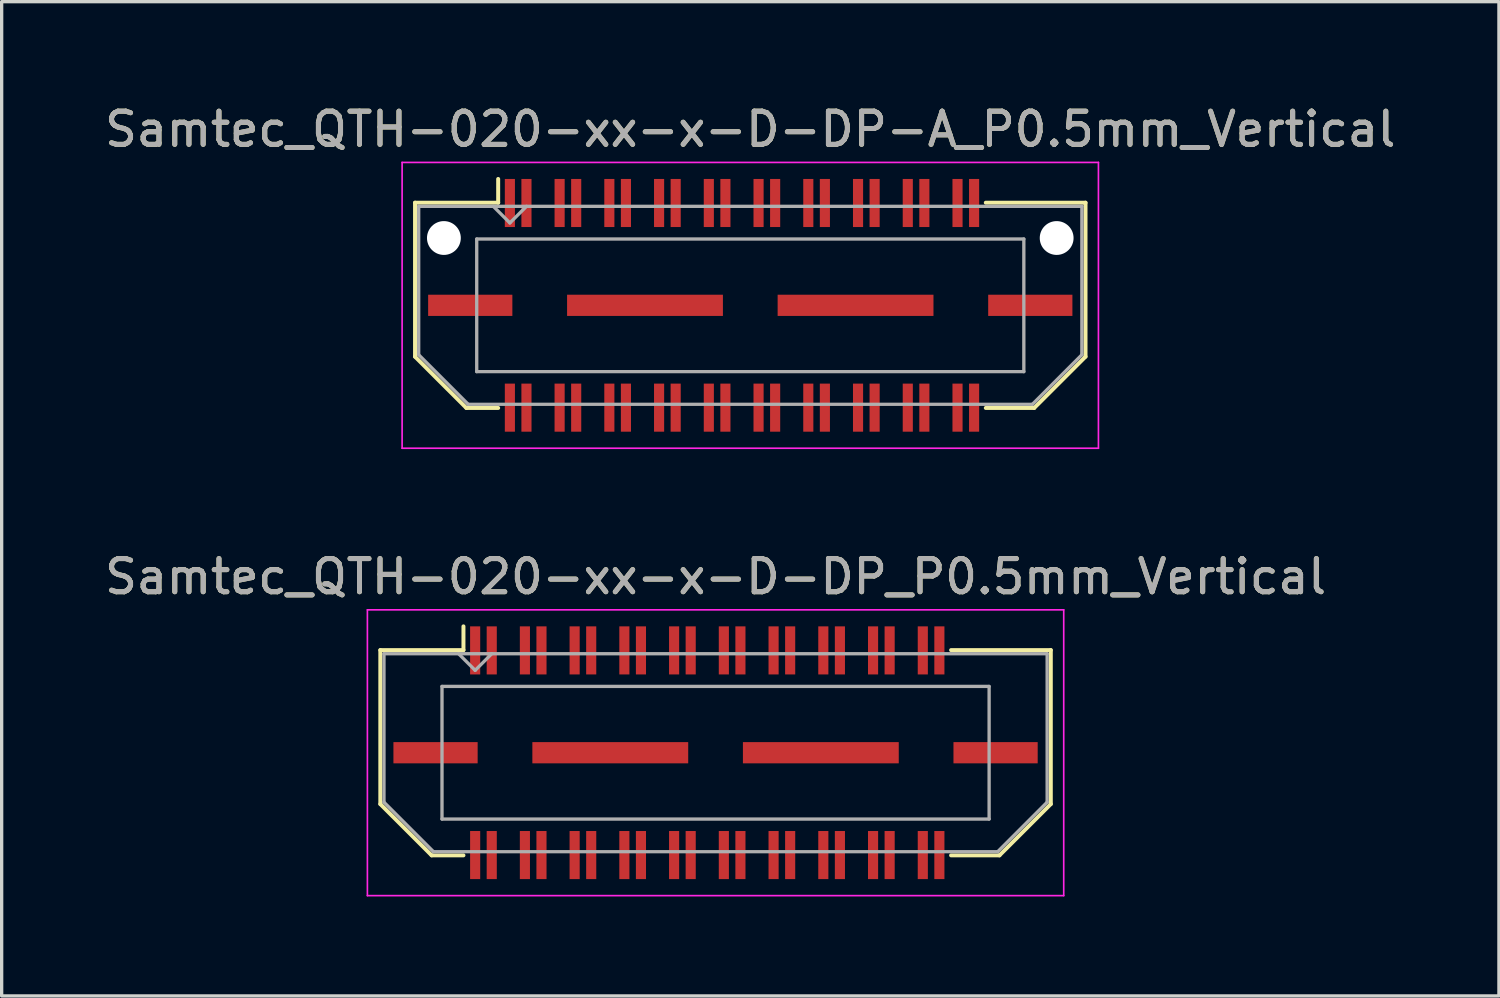
<source format=kicad_pcb>
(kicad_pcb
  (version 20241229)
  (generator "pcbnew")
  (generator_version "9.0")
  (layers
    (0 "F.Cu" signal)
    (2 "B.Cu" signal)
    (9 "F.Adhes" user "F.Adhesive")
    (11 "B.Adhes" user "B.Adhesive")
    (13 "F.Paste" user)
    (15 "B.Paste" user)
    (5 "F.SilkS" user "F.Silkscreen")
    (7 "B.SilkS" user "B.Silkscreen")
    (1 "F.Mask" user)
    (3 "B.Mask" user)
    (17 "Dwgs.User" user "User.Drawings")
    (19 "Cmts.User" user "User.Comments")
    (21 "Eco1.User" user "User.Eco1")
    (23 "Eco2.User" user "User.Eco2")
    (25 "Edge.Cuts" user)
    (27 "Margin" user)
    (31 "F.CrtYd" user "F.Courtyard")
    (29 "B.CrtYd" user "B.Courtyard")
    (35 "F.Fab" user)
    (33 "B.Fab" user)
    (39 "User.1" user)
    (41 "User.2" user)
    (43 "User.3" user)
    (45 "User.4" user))
  (footprint "Samtec_QTH-020-xx-x-D-DP_P0.5mm_Vertical"
    (layer "F.Cu")
    (at 18.53 19.651)
    (property "Reference" "Samtec_QTH-020-xx-x-D-DP_P0.5mm_Vertical" (at 0 -5.31 0) (layer "F.SilkS") (effects (font (size 1 1) (thickness 0.15))))
    (attr smd)
    (fp_line (start -10.11 -3.095) (end -10.11 1.548) (stroke (width 0.12) (type solid)) (layer "F.SilkS"))
    (fp_line (start -10.11 1.548) (end -8.562 3.095) (stroke (width 0.12) (type solid)) (layer "F.SilkS"))
    (fp_line (start -8.562 3.095) (end -7.603 3.095) (stroke (width 0.12) (type solid)) (layer "F.SilkS"))
    (fp_line (start -7.603 -3.811) (end -7.603 -3.095) (stroke (width 0.12) (type solid)) (layer "F.SilkS"))
    (fp_line (start -7.603 -3.095) (end -10.11 -3.095) (stroke (width 0.12) (type solid)) (layer "F.SilkS"))
    (fp_line (start 7.103 -3.095) (end 10.11 -3.095) (stroke (width 0.12) (type solid)) (layer "F.SilkS"))
    (fp_line (start 8.562 3.095) (end 7.103 3.095) (stroke (width 0.12) (type solid)) (layer "F.SilkS"))
    (fp_line (start 10.11 -3.095) (end 10.11 1.548) (stroke (width 0.12) (type solid)) (layer "F.SilkS"))
    (fp_line (start 10.11 1.548) (end 8.562 3.095) (stroke (width 0.12) (type solid)) (layer "F.SilkS"))
    (fp_line (start -10.5 -4.31) (end -10.5 4.31) (stroke (width 0.05) (type solid)) (layer "F.CrtYd"))
    (fp_line (start -10.5 4.31) (end 10.5 4.31) (stroke (width 0.05) (type solid)) (layer "F.CrtYd"))
    (fp_line (start 10.5 -4.31) (end -10.5 -4.31) (stroke (width 0.05) (type solid)) (layer "F.CrtYd"))
    (fp_line (start 10.5 4.31) (end 10.5 -4.31) (stroke (width 0.05) (type solid)) (layer "F.CrtYd"))
    (fp_line (start -10 -2.985) (end -10 1.492) (stroke (width 0.1) (type solid)) (layer "F.Fab"))
    (fp_line (start -10 -2.985) (end 10 -2.985) (stroke (width 0.1) (type solid)) (layer "F.Fab"))
    (fp_line (start -10 1.492) (end -8.508 2.985) (stroke (width 0.1) (type solid)) (layer "F.Fab"))
    (fp_line (start -8.508 2.985) (end 8.508 2.985) (stroke (width 0.1) (type solid)) (layer "F.Fab"))
    (fp_line (start -8.25 -2) (end -8.25 2) (stroke (width 0.1) (type solid)) (layer "F.Fab"))
    (fp_line (start -8.25 2) (end 8.25 2) (stroke (width 0.1) (type solid)) (layer "F.Fab"))
    (fp_line (start -7.25 -2.485) (end -7.75 -2.985) (stroke (width 0.1) (type solid)) (layer "F.Fab"))
    (fp_line (start -6.75 -2.985) (end -7.25 -2.485) (stroke (width 0.1) (type solid)) (layer "F.Fab"))
    (fp_line (start 8.25 -2) (end -8.25 -2) (stroke (width 0.1) (type solid)) (layer "F.Fab"))
    (fp_line (start 8.25 2) (end 8.25 -2) (stroke (width 0.1) (type solid)) (layer "F.Fab"))
    (fp_line (start 10 -2.985) (end 10 1.492) (stroke (width 0.1) (type solid)) (layer "F.Fab"))
    (fp_line (start 10 1.492) (end 8.508 2.985) (stroke (width 0.1) (type solid)) (layer "F.Fab"))
    (fp_text user "${REFERENCE}" (at 0 -5.31 0) (layer "F.Fab") (effects (font (size 1 1) (thickness 0.15))))
    (pad "1" smd rect (at -7.25 -3.086) (size 0.305 1.45) (layers "F.Cu" "F.Mask" "F.Paste"))
    (pad "2" smd rect (at -7.25 3.086) (size 0.305 1.45) (layers "F.Cu" "F.Mask" "F.Paste"))
    (pad "3" smd rect (at -6.75 -3.086) (size 0.305 1.45) (layers "F.Cu" "F.Mask" "F.Paste"))
    (pad "4" smd rect (at -6.75 3.086) (size 0.305 1.45) (layers "F.Cu" "F.Mask" "F.Paste"))
    (pad "5" smd rect (at -5.75 -3.086) (size 0.305 1.45) (layers "F.Cu" "F.Mask" "F.Paste"))
    (pad "6" smd rect (at -5.75 3.086) (size 0.305 1.45) (layers "F.Cu" "F.Mask" "F.Paste"))
    (pad "7" smd rect (at -5.25 -3.086) (size 0.305 1.45) (layers "F.Cu" "F.Mask" "F.Paste"))
    (pad "8" smd rect (at -5.25 3.086) (size 0.305 1.45) (layers "F.Cu" "F.Mask" "F.Paste"))
    (pad "9" smd rect (at -4.25 -3.086) (size 0.305 1.45) (layers "F.Cu" "F.Mask" "F.Paste"))
    (pad "10" smd rect (at -4.25 3.086) (size 0.305 1.45) (layers "F.Cu" "F.Mask" "F.Paste"))
    (pad "11" smd rect (at -3.75 -3.086) (size 0.305 1.45) (layers "F.Cu" "F.Mask" "F.Paste"))
    (pad "12" smd rect (at -3.75 3.086) (size 0.305 1.45) (layers "F.Cu" "F.Mask" "F.Paste"))
    (pad "13" smd rect (at -2.75 -3.086) (size 0.305 1.45) (layers "F.Cu" "F.Mask" "F.Paste"))
    (pad "14" smd rect (at -2.75 3.086) (size 0.305 1.45) (layers "F.Cu" "F.Mask" "F.Paste"))
    (pad "15" smd rect (at -2.25 -3.086) (size 0.305 1.45) (layers "F.Cu" "F.Mask" "F.Paste"))
    (pad "16" smd rect (at -2.25 3.086) (size 0.305 1.45) (layers "F.Cu" "F.Mask" "F.Paste"))
    (pad "17" smd rect (at -1.25 -3.086) (size 0.305 1.45) (layers "F.Cu" "F.Mask" "F.Paste"))
    (pad "18" smd rect (at -1.25 3.086) (size 0.305 1.45) (layers "F.Cu" "F.Mask" "F.Paste"))
    (pad "19" smd rect (at -0.75 -3.086) (size 0.305 1.45) (layers "F.Cu" "F.Mask" "F.Paste"))
    (pad "20" smd rect (at -0.75 3.086) (size 0.305 1.45) (layers "F.Cu" "F.Mask" "F.Paste"))
    (pad "21" smd rect (at 0.25 -3.086) (size 0.305 1.45) (layers "F.Cu" "F.Mask" "F.Paste"))
    (pad "22" smd rect (at 0.25 3.086) (size 0.305 1.45) (layers "F.Cu" "F.Mask" "F.Paste"))
    (pad "23" smd rect (at 0.75 -3.086) (size 0.305 1.45) (layers "F.Cu" "F.Mask" "F.Paste"))
    (pad "24" smd rect (at 0.75 3.086) (size 0.305 1.45) (layers "F.Cu" "F.Mask" "F.Paste"))
    (pad "25" smd rect (at 1.75 -3.086) (size 0.305 1.45) (layers "F.Cu" "F.Mask" "F.Paste"))
    (pad "26" smd rect (at 1.75 3.086) (size 0.305 1.45) (layers "F.Cu" "F.Mask" "F.Paste"))
    (pad "27" smd rect (at 2.25 -3.086) (size 0.305 1.45) (layers "F.Cu" "F.Mask" "F.Paste"))
    (pad "28" smd rect (at 2.25 3.086) (size 0.305 1.45) (layers "F.Cu" "F.Mask" "F.Paste"))
    (pad "29" smd rect (at 3.25 -3.086) (size 0.305 1.45) (layers "F.Cu" "F.Mask" "F.Paste"))
    (pad "30" smd rect (at 3.25 3.086) (size 0.305 1.45) (layers "F.Cu" "F.Mask" "F.Paste"))
    (pad "31" smd rect (at 3.75 -3.086) (size 0.305 1.45) (layers "F.Cu" "F.Mask" "F.Paste"))
    (pad "32" smd rect (at 3.75 3.086) (size 0.305 1.45) (layers "F.Cu" "F.Mask" "F.Paste"))
    (pad "33" smd rect (at 4.75 -3.086) (size 0.305 1.45) (layers "F.Cu" "F.Mask" "F.Paste"))
    (pad "34" smd rect (at 4.75 3.086) (size 0.305 1.45) (layers "F.Cu" "F.Mask" "F.Paste"))
    (pad "35" smd rect (at 5.25 -3.086) (size 0.305 1.45) (layers "F.Cu" "F.Mask" "F.Paste"))
    (pad "36" smd rect (at 5.25 3.086) (size 0.305 1.45) (layers "F.Cu" "F.Mask" "F.Paste"))
    (pad "37" smd rect (at 6.25 -3.086) (size 0.305 1.45) (layers "F.Cu" "F.Mask" "F.Paste"))
    (pad "38" smd rect (at 6.25 3.086) (size 0.305 1.45) (layers "F.Cu" "F.Mask" "F.Paste"))
    (pad "39" smd rect (at 6.75 -3.086) (size 0.305 1.45) (layers "F.Cu" "F.Mask" "F.Paste"))
    (pad "40" smd rect (at 6.75 3.086) (size 0.305 1.45) (layers "F.Cu" "F.Mask" "F.Paste"))
    (pad "41" smd rect (at -8.445 0) (size 2.54 0.64) (layers "F.Cu" "F.Mask" "F.Paste"))
    (pad "42" smd rect (at -3.175 0) (size 4.7 0.64) (layers "F.Cu" "F.Mask" "F.Paste"))
    (pad "43" smd rect (at 3.175 0) (size 4.7 0.64) (layers "F.Cu" "F.Mask" "F.Paste"))
    (pad "44" smd rect (at 8.445 0) (size 2.54 0.64) (layers "F.Cu" "F.Mask" "F.Paste")))
  (footprint "Samtec_QTH-020-xx-x-D-DP-A_P0.5mm_Vertical"
    (layer "F.Cu")
    (at 19.577 6.158)
    (property "Reference" "Samtec_QTH-020-xx-x-D-DP-A_P0.5mm_Vertical" (at 0 -5.31 0) (layer "F.SilkS") (effects (font (size 1 1) (thickness 0.15))))
    (attr smd)
    (fp_line (start -10.11 -3.095) (end -10.11 1.548) (stroke (width 0.12) (type solid)) (layer "F.SilkS"))
    (fp_line (start -10.11 1.548) (end -8.562 3.095) (stroke (width 0.12) (type solid)) (layer "F.SilkS"))
    (fp_line (start -8.562 3.095) (end -7.603 3.095) (stroke (width 0.12) (type solid)) (layer "F.SilkS"))
    (fp_line (start -7.603 -3.811) (end -7.603 -3.095) (stroke (width 0.12) (type solid)) (layer "F.SilkS"))
    (fp_line (start -7.603 -3.095) (end -10.11 -3.095) (stroke (width 0.12) (type solid)) (layer "F.SilkS"))
    (fp_line (start 7.103 -3.095) (end 10.11 -3.095) (stroke (width 0.12) (type solid)) (layer "F.SilkS"))
    (fp_line (start 8.562 3.095) (end 7.103 3.095) (stroke (width 0.12) (type solid)) (layer "F.SilkS"))
    (fp_line (start 10.11 -3.095) (end 10.11 1.548) (stroke (width 0.12) (type solid)) (layer "F.SilkS"))
    (fp_line (start 10.11 1.548) (end 8.562 3.095) (stroke (width 0.12) (type solid)) (layer "F.SilkS"))
    (fp_line (start -10.5 -4.31) (end -10.5 4.31) (stroke (width 0.05) (type solid)) (layer "F.CrtYd"))
    (fp_line (start -10.5 4.31) (end 10.5 4.31) (stroke (width 0.05) (type solid)) (layer "F.CrtYd"))
    (fp_line (start 10.5 -4.31) (end -10.5 -4.31) (stroke (width 0.05) (type solid)) (layer "F.CrtYd"))
    (fp_line (start 10.5 4.31) (end 10.5 -4.31) (stroke (width 0.05) (type solid)) (layer "F.CrtYd"))
    (fp_line (start -10 -2.985) (end -10 1.492) (stroke (width 0.1) (type solid)) (layer "F.Fab"))
    (fp_line (start -10 -2.985) (end 10 -2.985) (stroke (width 0.1) (type solid)) (layer "F.Fab"))
    (fp_line (start -10 1.492) (end -8.508 2.985) (stroke (width 0.1) (type solid)) (layer "F.Fab"))
    (fp_line (start -8.508 2.985) (end 8.508 2.985) (stroke (width 0.1) (type solid)) (layer "F.Fab"))
    (fp_line (start -8.25 -2) (end -8.25 2) (stroke (width 0.1) (type solid)) (layer "F.Fab"))
    (fp_line (start -8.25 2) (end 8.25 2) (stroke (width 0.1) (type solid)) (layer "F.Fab"))
    (fp_line (start -7.25 -2.485) (end -7.75 -2.985) (stroke (width 0.1) (type solid)) (layer "F.Fab"))
    (fp_line (start -6.75 -2.985) (end -7.25 -2.485) (stroke (width 0.1) (type solid)) (layer "F.Fab"))
    (fp_line (start 8.25 -2) (end -8.25 -2) (stroke (width 0.1) (type solid)) (layer "F.Fab"))
    (fp_line (start 8.25 2) (end 8.25 -2) (stroke (width 0.1) (type solid)) (layer "F.Fab"))
    (fp_line (start 10 -2.985) (end 10 1.492) (stroke (width 0.1) (type solid)) (layer "F.Fab"))
    (fp_line (start 10 1.492) (end 8.508 2.985) (stroke (width 0.1) (type solid)) (layer "F.Fab"))
    (fp_text user "${REFERENCE}" (at 0 -5.31 0) (layer "F.Fab") (effects (font (size 1 1) (thickness 0.15))))
    (pad "" np_thru_hole circle (at -9.24 -2.03) (size 1.02 1.02) (drill 1.02) (layers "*.Cu" "*.Mask"))
    (pad "" np_thru_hole circle (at 9.24 -2.03) (size 1.02 1.02) (drill 1.02) (layers "*.Cu" "*.Mask"))
    (pad "1" smd rect (at -7.25 -3.086) (size 0.305 1.45) (layers "F.Cu" "F.Mask" "F.Paste"))
    (pad "2" smd rect (at -7.25 3.086) (size 0.305 1.45) (layers "F.Cu" "F.Mask" "F.Paste"))
    (pad "3" smd rect (at -6.75 -3.086) (size 0.305 1.45) (layers "F.Cu" "F.Mask" "F.Paste"))
    (pad "4" smd rect (at -6.75 3.086) (size 0.305 1.45) (layers "F.Cu" "F.Mask" "F.Paste"))
    (pad "5" smd rect (at -5.75 -3.086) (size 0.305 1.45) (layers "F.Cu" "F.Mask" "F.Paste"))
    (pad "6" smd rect (at -5.75 3.086) (size 0.305 1.45) (layers "F.Cu" "F.Mask" "F.Paste"))
    (pad "7" smd rect (at -5.25 -3.086) (size 0.305 1.45) (layers "F.Cu" "F.Mask" "F.Paste"))
    (pad "8" smd rect (at -5.25 3.086) (size 0.305 1.45) (layers "F.Cu" "F.Mask" "F.Paste"))
    (pad "9" smd rect (at -4.25 -3.086) (size 0.305 1.45) (layers "F.Cu" "F.Mask" "F.Paste"))
    (pad "10" smd rect (at -4.25 3.086) (size 0.305 1.45) (layers "F.Cu" "F.Mask" "F.Paste"))
    (pad "11" smd rect (at -3.75 -3.086) (size 0.305 1.45) (layers "F.Cu" "F.Mask" "F.Paste"))
    (pad "12" smd rect (at -3.75 3.086) (size 0.305 1.45) (layers "F.Cu" "F.Mask" "F.Paste"))
    (pad "13" smd rect (at -2.75 -3.086) (size 0.305 1.45) (layers "F.Cu" "F.Mask" "F.Paste"))
    (pad "14" smd rect (at -2.75 3.086) (size 0.305 1.45) (layers "F.Cu" "F.Mask" "F.Paste"))
    (pad "15" smd rect (at -2.25 -3.086) (size 0.305 1.45) (layers "F.Cu" "F.Mask" "F.Paste"))
    (pad "16" smd rect (at -2.25 3.086) (size 0.305 1.45) (layers "F.Cu" "F.Mask" "F.Paste"))
    (pad "17" smd rect (at -1.25 -3.086) (size 0.305 1.45) (layers "F.Cu" "F.Mask" "F.Paste"))
    (pad "18" smd rect (at -1.25 3.086) (size 0.305 1.45) (layers "F.Cu" "F.Mask" "F.Paste"))
    (pad "19" smd rect (at -0.75 -3.086) (size 0.305 1.45) (layers "F.Cu" "F.Mask" "F.Paste"))
    (pad "20" smd rect (at -0.75 3.086) (size 0.305 1.45) (layers "F.Cu" "F.Mask" "F.Paste"))
    (pad "21" smd rect (at 0.25 -3.086) (size 0.305 1.45) (layers "F.Cu" "F.Mask" "F.Paste"))
    (pad "22" smd rect (at 0.25 3.086) (size 0.305 1.45) (layers "F.Cu" "F.Mask" "F.Paste"))
    (pad "23" smd rect (at 0.75 -3.086) (size 0.305 1.45) (layers "F.Cu" "F.Mask" "F.Paste"))
    (pad "24" smd rect (at 0.75 3.086) (size 0.305 1.45) (layers "F.Cu" "F.Mask" "F.Paste"))
    (pad "25" smd rect (at 1.75 -3.086) (size 0.305 1.45) (layers "F.Cu" "F.Mask" "F.Paste"))
    (pad "26" smd rect (at 1.75 3.086) (size 0.305 1.45) (layers "F.Cu" "F.Mask" "F.Paste"))
    (pad "27" smd rect (at 2.25 -3.086) (size 0.305 1.45) (layers "F.Cu" "F.Mask" "F.Paste"))
    (pad "28" smd rect (at 2.25 3.086) (size 0.305 1.45) (layers "F.Cu" "F.Mask" "F.Paste"))
    (pad "29" smd rect (at 3.25 -3.086) (size 0.305 1.45) (layers "F.Cu" "F.Mask" "F.Paste"))
    (pad "30" smd rect (at 3.25 3.086) (size 0.305 1.45) (layers "F.Cu" "F.Mask" "F.Paste"))
    (pad "31" smd rect (at 3.75 -3.086) (size 0.305 1.45) (layers "F.Cu" "F.Mask" "F.Paste"))
    (pad "32" smd rect (at 3.75 3.086) (size 0.305 1.45) (layers "F.Cu" "F.Mask" "F.Paste"))
    (pad "33" smd rect (at 4.75 -3.086) (size 0.305 1.45) (layers "F.Cu" "F.Mask" "F.Paste"))
    (pad "34" smd rect (at 4.75 3.086) (size 0.305 1.45) (layers "F.Cu" "F.Mask" "F.Paste"))
    (pad "35" smd rect (at 5.25 -3.086) (size 0.305 1.45) (layers "F.Cu" "F.Mask" "F.Paste"))
    (pad "36" smd rect (at 5.25 3.086) (size 0.305 1.45) (layers "F.Cu" "F.Mask" "F.Paste"))
    (pad "37" smd rect (at 6.25 -3.086) (size 0.305 1.45) (layers "F.Cu" "F.Mask" "F.Paste"))
    (pad "38" smd rect (at 6.25 3.086) (size 0.305 1.45) (layers "F.Cu" "F.Mask" "F.Paste"))
    (pad "39" smd rect (at 6.75 -3.086) (size 0.305 1.45) (layers "F.Cu" "F.Mask" "F.Paste"))
    (pad "40" smd rect (at 6.75 3.086) (size 0.305 1.45) (layers "F.Cu" "F.Mask" "F.Paste"))
    (pad "P1" smd rect (at -8.445 0) (size 2.54 0.64) (layers "F.Cu" "F.Mask" "F.Paste"))
    (pad "P1" smd rect (at -3.175 0) (size 4.7 0.64) (layers "F.Cu" "F.Mask" "F.Paste"))
    (pad "P1" smd rect (at 3.175 0) (size 4.7 0.64) (layers "F.Cu" "F.Mask" "F.Paste"))
    (pad "P1" smd rect (at 8.445 0) (size 2.54 0.64) (layers "F.Cu" "F.Mask" "F.Paste")))
  (gr_rect
    (start -3 -3)
    (end 42.155 26.986)
    (stroke (width 0.1) (type default))
    (fill no)
    (layer "Edge.Cuts")))
</source>
